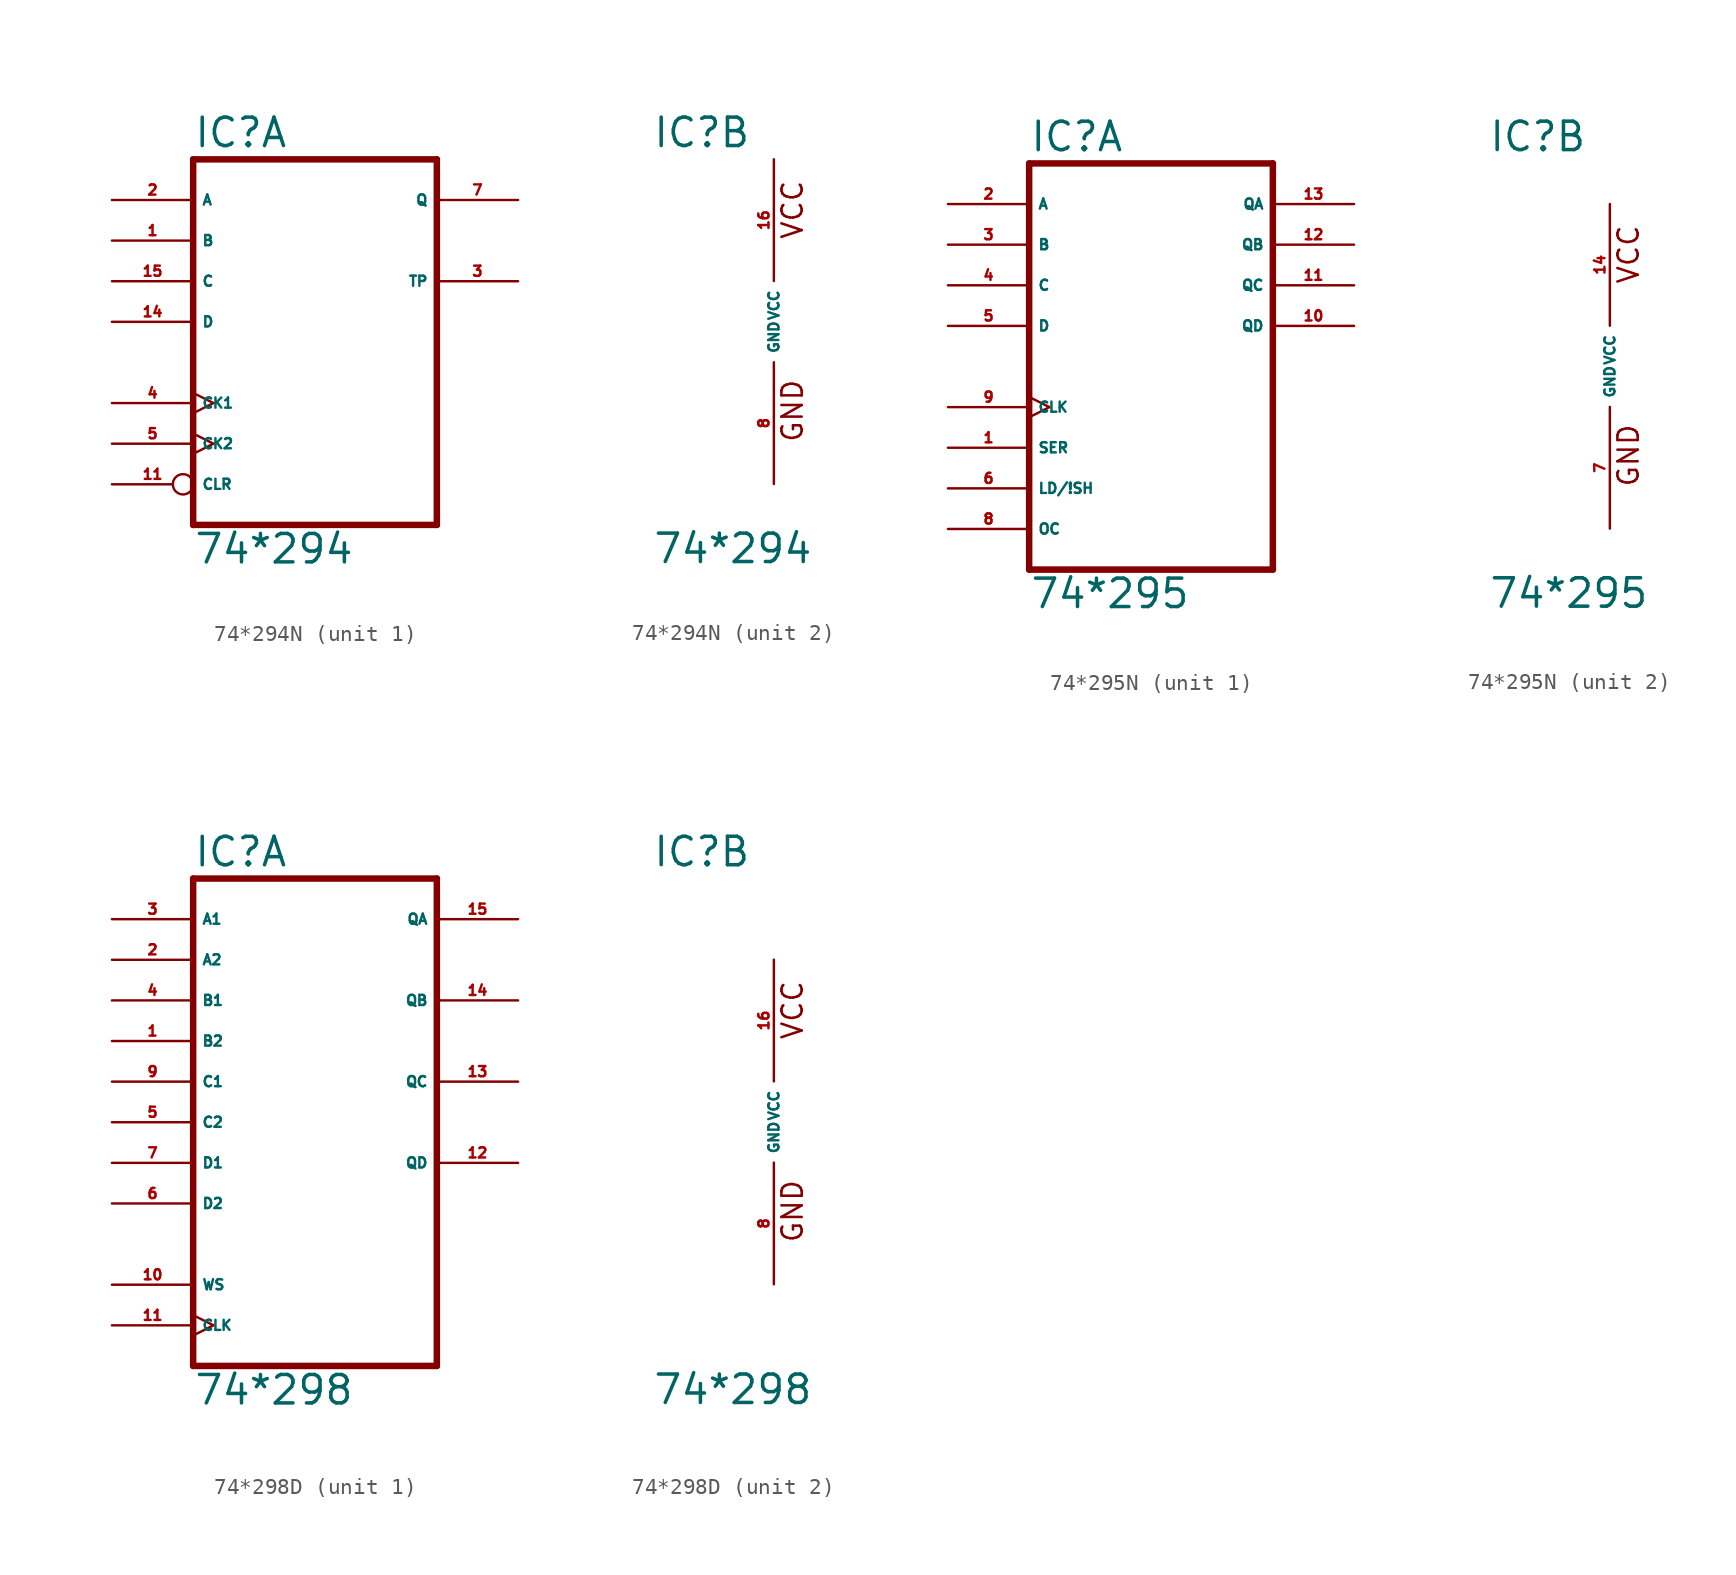
<source format=kicad_sym>
(kicad_symbol_lib
  (version 20220914)
  (generator Eagle2Kicad)
  (symbol "74*294N"
    (property "Reference" "IC"
      (at -7.62 10.795 0)
      (effects (font (size 1.778 1.778) (thickness 0.22)) (justify left bottom)))
    (property "Value" "74*294"
      (at -7.62 -15.24 0)
      (effects (font (size 1.778 1.778) (thickness 0.22)) (justify left bottom)))
    (symbol "74*294N_1_0"
      (polyline (pts (xy -7.62 -12.7) (xy 7.62 -12.7)) (stroke (width 0.406) (type default)) (fill (type none)))
      (polyline (pts (xy 7.62 -12.7) (xy 7.62 10.16)) (stroke (width 0.406) (type default)) (fill (type none)))
      (polyline (pts (xy 7.62 10.16) (xy -7.62 10.16)) (stroke (width 0.406) (type default)) (fill (type none)))
      (polyline (pts (xy -7.62 10.16) (xy -7.62 -12.7)) (stroke (width 0.406) (type default)) (fill (type none)))
      (pin input line (at -12.7 5.08 0) (length 5.08) (name "B" (effects (font (size 0.635 0.635) (thickness 0.08)) (justify left bottom))) (number "1" (effects (font (size 0.635 0.635) (thickness 0.08)) (justify left bottom))))
      (pin input line (at -12.7 7.62 0) (length 5.08) (name "A" (effects (font (size 0.635 0.635) (thickness 0.08)) (justify left bottom))) (number "2" (effects (font (size 0.635 0.635) (thickness 0.08)) (justify left bottom))))
      (pin output line (at 12.7 2.54 180) (length 5.08) (name "TP" (effects (font (size 0.635 0.635) (thickness 0.08)) (justify left bottom))) (number "3" (effects (font (size 0.635 0.635) (thickness 0.08)) (justify left bottom))))
      (pin input clock (at -12.7 -5.08 0) (length 5.08) (name "CK1" (effects (font (size 0.635 0.635) (thickness 0.08)) (justify left bottom))) (number "4" (effects (font (size 0.635 0.635) (thickness 0.08)) (justify left bottom))))
      (pin input clock (at -12.7 -7.62 0) (length 5.08) (name "CK2" (effects (font (size 0.635 0.635) (thickness 0.08)) (justify left bottom))) (number "5" (effects (font (size 0.635 0.635) (thickness 0.08)) (justify left bottom))))
      (pin output line (at 12.7 7.62 180) (length 5.08) (name "Q" (effects (font (size 0.635 0.635) (thickness 0.08)) (justify left bottom))) (number "7" (effects (font (size 0.635 0.635) (thickness 0.08)) (justify left bottom))))
      (pin input inverted (at -12.7 -10.16 0) (length 5.08) (name "CLR" (effects (font (size 0.635 0.635) (thickness 0.08)) (justify left bottom))) (number "11" (effects (font (size 0.635 0.635) (thickness 0.08)) (justify left bottom))))
      (pin input line (at -12.7 0 0) (length 5.08) (name "D" (effects (font (size 0.635 0.635) (thickness 0.08)) (justify left bottom))) (number "14" (effects (font (size 0.635 0.635) (thickness 0.08)) (justify left bottom))))
      (pin input line (at -12.7 2.54 0) (length 5.08) (name "C" (effects (font (size 0.635 0.635) (thickness 0.08)) (justify left bottom))) (number "15" (effects (font (size 0.635 0.635) (thickness 0.08)) (justify left bottom)))))
    (symbol "74*294N_2_0"
      (text "GND" (at 1.905 -7.62 900) (effects (font (size 1.27 1.27) (thickness 0.16)) (justify left bottom)))
      (text "VCC" (at 1.905 5.08 900) (effects (font (size 1.27 1.27) (thickness 0.16)) (justify left bottom)))
      (pin unspecified line (at 0 -10.16 90) (length 7.62) (name "GND" (effects (font (size 0.635 0.635) (thickness 0.08)) (justify left bottom))) (number "8" (effects (font (size 0.635 0.635) (thickness 0.08)) (justify left bottom))))
      (pin unspecified line (at 0 10.16 270) (length 7.62) (name "VCC" (effects (font (size 0.635 0.635) (thickness 0.08)) (justify left bottom))) (number "16" (effects (font (size 0.635 0.635) (thickness 0.08)) (justify left bottom))))))
  (symbol "74*295N"
    (property "Reference" "IC"
      (at -7.62 13.335 0)
      (effects (font (size 1.778 1.778) (thickness 0.22)) (justify left bottom)))
    (property "Value" "74*295"
      (at -7.62 -15.24 0)
      (effects (font (size 1.778 1.778) (thickness 0.22)) (justify left bottom)))
    (symbol "74*295N_1_0"
      (polyline (pts (xy -7.62 -12.7) (xy 7.62 -12.7)) (stroke (width 0.406) (type default)) (fill (type none)))
      (polyline (pts (xy 7.62 -12.7) (xy 7.62 12.7)) (stroke (width 0.406) (type default)) (fill (type none)))
      (polyline (pts (xy 7.62 12.7) (xy -7.62 12.7)) (stroke (width 0.406) (type default)) (fill (type none)))
      (polyline (pts (xy -7.62 12.7) (xy -7.62 -12.7)) (stroke (width 0.406) (type default)) (fill (type none)))
      (pin input line (at -12.7 -5.08 0) (length 5.08) (name "SER" (effects (font (size 0.635 0.635) (thickness 0.08)) (justify left bottom))) (number "1" (effects (font (size 0.635 0.635) (thickness 0.08)) (justify left bottom))))
      (pin input line (at -12.7 10.16 0) (length 5.08) (name "A" (effects (font (size 0.635 0.635) (thickness 0.08)) (justify left bottom))) (number "2" (effects (font (size 0.635 0.635) (thickness 0.08)) (justify left bottom))))
      (pin input line (at -12.7 7.62 0) (length 5.08) (name "B" (effects (font (size 0.635 0.635) (thickness 0.08)) (justify left bottom))) (number "3" (effects (font (size 0.635 0.635) (thickness 0.08)) (justify left bottom))))
      (pin input line (at -12.7 5.08 0) (length 5.08) (name "C" (effects (font (size 0.635 0.635) (thickness 0.08)) (justify left bottom))) (number "4" (effects (font (size 0.635 0.635) (thickness 0.08)) (justify left bottom))))
      (pin input line (at -12.7 2.54 0) (length 5.08) (name "D" (effects (font (size 0.635 0.635) (thickness 0.08)) (justify left bottom))) (number "5" (effects (font (size 0.635 0.635) (thickness 0.08)) (justify left bottom))))
      (pin input line (at -12.7 -7.62 0) (length 5.08) (name "LD/!SH" (effects (font (size 0.635 0.635) (thickness 0.08)) (justify left bottom))) (number "6" (effects (font (size 0.635 0.635) (thickness 0.08)) (justify left bottom))))
      (pin input line (at -12.7 -10.16 0) (length 5.08) (name "OC" (effects (font (size 0.635 0.635) (thickness 0.08)) (justify left bottom))) (number "8" (effects (font (size 0.635 0.635) (thickness 0.08)) (justify left bottom))))
      (pin input clock (at -12.7 -2.54 0) (length 5.08) (name "CLK" (effects (font (size 0.635 0.635) (thickness 0.08)) (justify left bottom))) (number "9" (effects (font (size 0.635 0.635) (thickness 0.08)) (justify left bottom))))
      (pin output line (at 12.7 2.54 180) (length 5.08) (name "QD" (effects (font (size 0.635 0.635) (thickness 0.08)) (justify left bottom))) (number "10" (effects (font (size 0.635 0.635) (thickness 0.08)) (justify left bottom))))
      (pin output line (at 12.7 5.08 180) (length 5.08) (name "QC" (effects (font (size 0.635 0.635) (thickness 0.08)) (justify left bottom))) (number "11" (effects (font (size 0.635 0.635) (thickness 0.08)) (justify left bottom))))
      (pin output line (at 12.7 7.62 180) (length 5.08) (name "QB" (effects (font (size 0.635 0.635) (thickness 0.08)) (justify left bottom))) (number "12" (effects (font (size 0.635 0.635) (thickness 0.08)) (justify left bottom))))
      (pin output line (at 12.7 10.16 180) (length 5.08) (name "QA" (effects (font (size 0.635 0.635) (thickness 0.08)) (justify left bottom))) (number "13" (effects (font (size 0.635 0.635) (thickness 0.08)) (justify left bottom)))))
    (symbol "74*295N_2_0"
      (text "GND" (at 1.905 -7.62 900) (effects (font (size 1.27 1.27) (thickness 0.16)) (justify left bottom)))
      (text "VCC" (at 1.905 5.08 900) (effects (font (size 1.27 1.27) (thickness 0.16)) (justify left bottom)))
      (pin unspecified line (at 0 -10.16 90) (length 7.62) (name "GND" (effects (font (size 0.635 0.635) (thickness 0.08)) (justify left bottom))) (number "7" (effects (font (size 0.635 0.635) (thickness 0.08)) (justify left bottom))))
      (pin unspecified line (at 0 10.16 270) (length 7.62) (name "VCC" (effects (font (size 0.635 0.635) (thickness 0.08)) (justify left bottom))) (number "14" (effects (font (size 0.635 0.635) (thickness 0.08)) (justify left bottom))))))
  (symbol "74*298D"
    (property "Reference" "IC"
      (at -7.62 15.875 0)
      (effects (font (size 1.778 1.778) (thickness 0.22)) (justify left bottom)))
    (property "Value" "74*298"
      (at -7.62 -17.78 0)
      (effects (font (size 1.778 1.778) (thickness 0.22)) (justify left bottom)))
    (symbol "74*298D_1_0"
      (polyline (pts (xy -7.62 -15.24) (xy 7.62 -15.24)) (stroke (width 0.406) (type default)) (fill (type none)))
      (polyline (pts (xy 7.62 -15.24) (xy 7.62 15.24)) (stroke (width 0.406) (type default)) (fill (type none)))
      (polyline (pts (xy 7.62 15.24) (xy -7.62 15.24)) (stroke (width 0.406) (type default)) (fill (type none)))
      (polyline (pts (xy -7.62 15.24) (xy -7.62 -15.24)) (stroke (width 0.406) (type default)) (fill (type none)))
      (pin input line (at -12.7 5.08 0) (length 5.08) (name "B2" (effects (font (size 0.635 0.635) (thickness 0.08)) (justify left bottom))) (number "1" (effects (font (size 0.635 0.635) (thickness 0.08)) (justify left bottom))))
      (pin input line (at -12.7 10.16 0) (length 5.08) (name "A2" (effects (font (size 0.635 0.635) (thickness 0.08)) (justify left bottom))) (number "2" (effects (font (size 0.635 0.635) (thickness 0.08)) (justify left bottom))))
      (pin input line (at -12.7 12.7 0) (length 5.08) (name "A1" (effects (font (size 0.635 0.635) (thickness 0.08)) (justify left bottom))) (number "3" (effects (font (size 0.635 0.635) (thickness 0.08)) (justify left bottom))))
      (pin input line (at -12.7 7.62 0) (length 5.08) (name "B1" (effects (font (size 0.635 0.635) (thickness 0.08)) (justify left bottom))) (number "4" (effects (font (size 0.635 0.635) (thickness 0.08)) (justify left bottom))))
      (pin input line (at -12.7 0 0) (length 5.08) (name "C2" (effects (font (size 0.635 0.635) (thickness 0.08)) (justify left bottom))) (number "5" (effects (font (size 0.635 0.635) (thickness 0.08)) (justify left bottom))))
      (pin input line (at -12.7 -5.08 0) (length 5.08) (name "D2" (effects (font (size 0.635 0.635) (thickness 0.08)) (justify left bottom))) (number "6" (effects (font (size 0.635 0.635) (thickness 0.08)) (justify left bottom))))
      (pin input line (at -12.7 -2.54 0) (length 5.08) (name "D1" (effects (font (size 0.635 0.635) (thickness 0.08)) (justify left bottom))) (number "7" (effects (font (size 0.635 0.635) (thickness 0.08)) (justify left bottom))))
      (pin input line (at -12.7 2.54 0) (length 5.08) (name "C1" (effects (font (size 0.635 0.635) (thickness 0.08)) (justify left bottom))) (number "9" (effects (font (size 0.635 0.635) (thickness 0.08)) (justify left bottom))))
      (pin input line (at -12.7 -10.16 0) (length 5.08) (name "WS" (effects (font (size 0.635 0.635) (thickness 0.08)) (justify left bottom))) (number "10" (effects (font (size 0.635 0.635) (thickness 0.08)) (justify left bottom))))
      (pin input clock (at -12.7 -12.7 0) (length 5.08) (name "CLK" (effects (font (size 0.635 0.635) (thickness 0.08)) (justify left bottom))) (number "11" (effects (font (size 0.635 0.635) (thickness 0.08)) (justify left bottom))))
      (pin output line (at 12.7 -2.54 180) (length 5.08) (name "QD" (effects (font (size 0.635 0.635) (thickness 0.08)) (justify left bottom))) (number "12" (effects (font (size 0.635 0.635) (thickness 0.08)) (justify left bottom))))
      (pin output line (at 12.7 2.54 180) (length 5.08) (name "QC" (effects (font (size 0.635 0.635) (thickness 0.08)) (justify left bottom))) (number "13" (effects (font (size 0.635 0.635) (thickness 0.08)) (justify left bottom))))
      (pin output line (at 12.7 7.62 180) (length 5.08) (name "QB" (effects (font (size 0.635 0.635) (thickness 0.08)) (justify left bottom))) (number "14" (effects (font (size 0.635 0.635) (thickness 0.08)) (justify left bottom))))
      (pin output line (at 12.7 12.7 180) (length 5.08) (name "QA" (effects (font (size 0.635 0.635) (thickness 0.08)) (justify left bottom))) (number "15" (effects (font (size 0.635 0.635) (thickness 0.08)) (justify left bottom)))))
    (symbol "74*298D_2_0"
      (text "GND" (at 1.905 -7.62 900) (effects (font (size 1.27 1.27) (thickness 0.16)) (justify left bottom)))
      (text "VCC" (at 1.905 5.08 900) (effects (font (size 1.27 1.27) (thickness 0.16)) (justify left bottom)))
      (pin unspecified line (at 0 -10.16 90) (length 7.62) (name "GND" (effects (font (size 0.635 0.635) (thickness 0.08)) (justify left bottom))) (number "8" (effects (font (size 0.635 0.635) (thickness 0.08)) (justify left bottom))))
      (pin unspecified line (at 0 10.16 270) (length 7.62) (name "VCC" (effects (font (size 0.635 0.635) (thickness 0.08)) (justify left bottom))) (number "16" (effects (font (size 0.635 0.635) (thickness 0.08)) (justify left bottom)))))))
</source>
